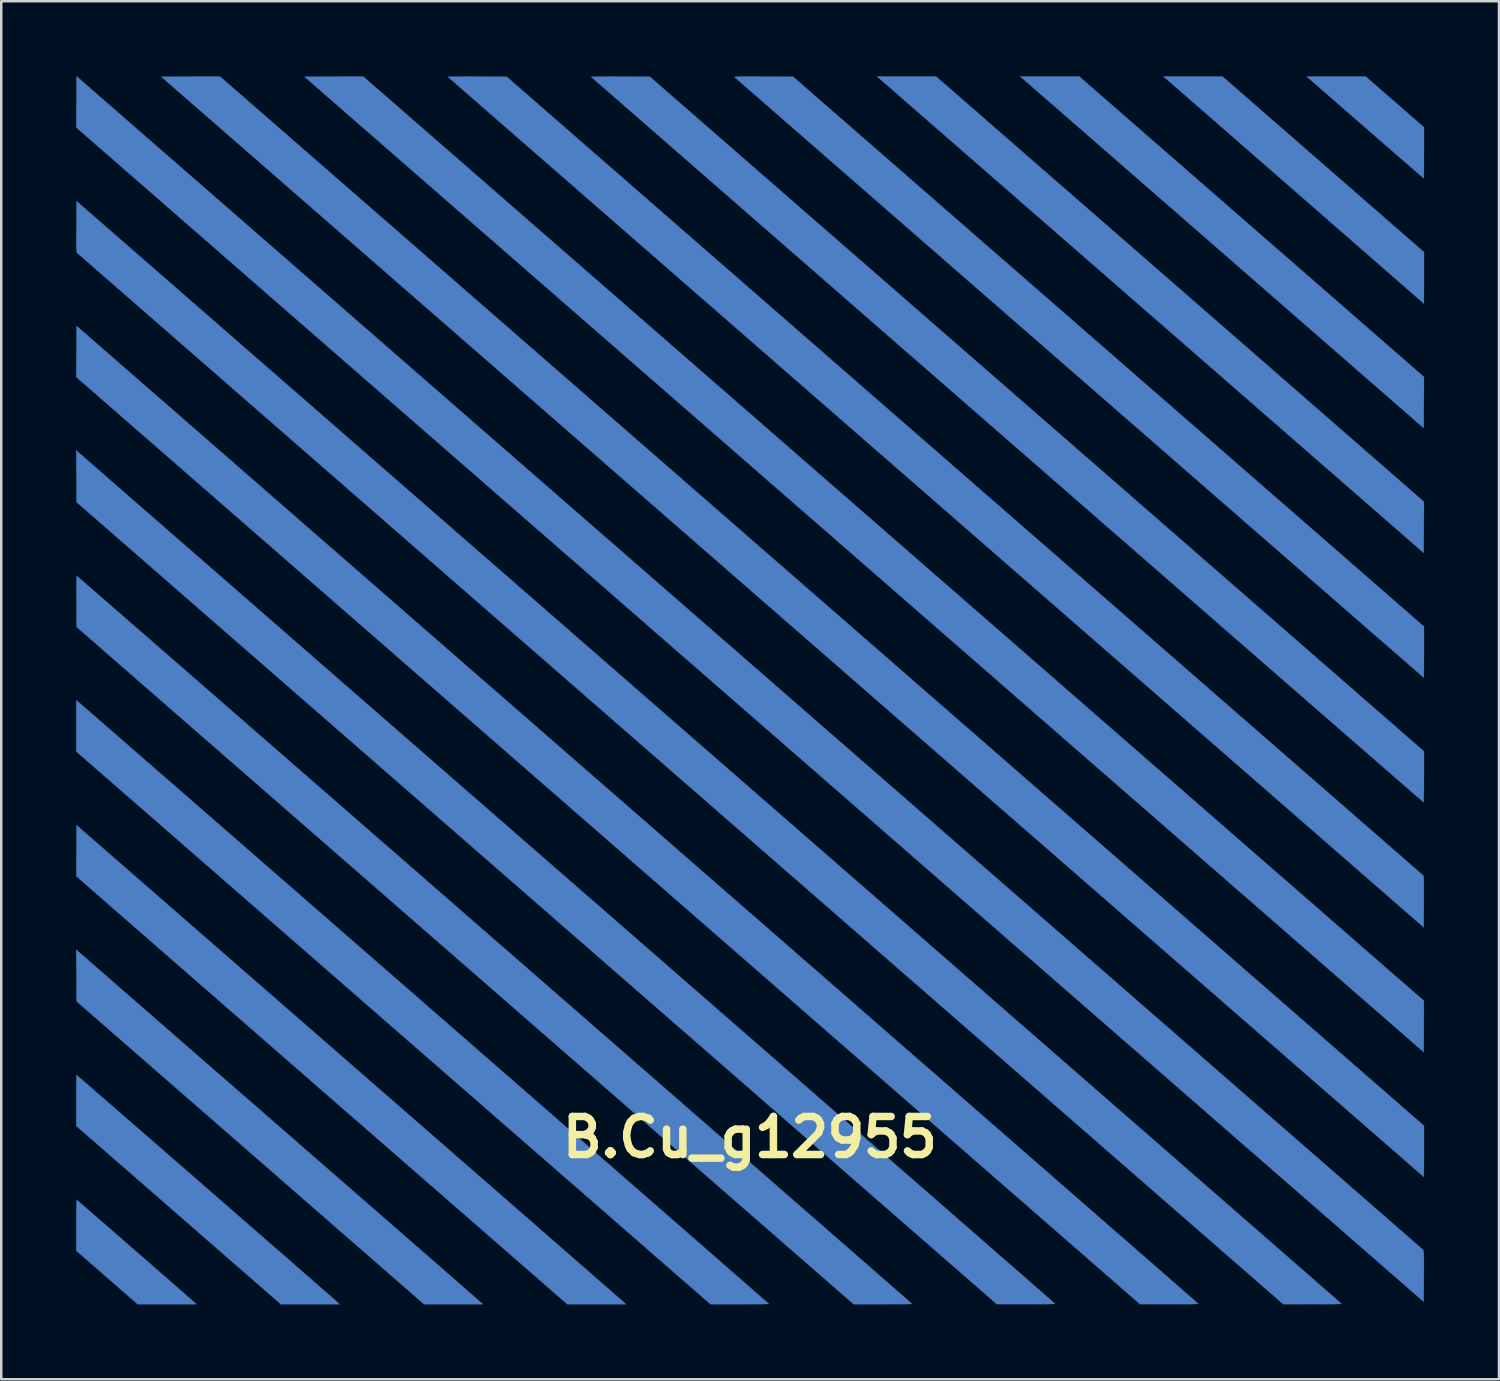
<source format=kicad_pcb>
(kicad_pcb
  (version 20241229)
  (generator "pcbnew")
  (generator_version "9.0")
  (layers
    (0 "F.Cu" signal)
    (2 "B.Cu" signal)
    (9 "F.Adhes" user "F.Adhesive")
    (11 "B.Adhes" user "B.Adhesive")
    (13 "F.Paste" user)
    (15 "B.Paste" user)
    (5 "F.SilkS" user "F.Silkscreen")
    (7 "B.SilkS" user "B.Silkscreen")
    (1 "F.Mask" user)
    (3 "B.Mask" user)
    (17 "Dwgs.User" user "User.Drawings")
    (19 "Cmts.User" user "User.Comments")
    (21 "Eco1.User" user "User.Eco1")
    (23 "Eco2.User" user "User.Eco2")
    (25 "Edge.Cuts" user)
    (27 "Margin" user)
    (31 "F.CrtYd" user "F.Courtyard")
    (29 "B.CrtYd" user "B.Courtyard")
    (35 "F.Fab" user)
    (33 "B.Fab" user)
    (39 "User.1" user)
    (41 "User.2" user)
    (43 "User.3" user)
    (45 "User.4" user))
  (footprint "B.Cu_g12955"
    (layer "F.Cu")
    (at 26.993 42.515)
    (property "Reference" "B.Cu_g12955" (at 0 0 0) (layer "F.SilkS") (effects (font (size 1.524 1.524) (thickness 0.3))))
    (attr through_hole)
    (fp_poly (pts (xy -26.964 2.51) (xy -26.945 2.525) (xy -26.897 2.567) (xy -26.821 2.632) (xy -26.719 2.72) (xy -26.594 2.828) (xy -26.448 2.955) (xy -26.284 3.098) (xy -26.102 3.256) (xy -25.906 3.426) (xy -25.697 3.608) (xy -25.478 3.798) (xy -25.251 3.996) (xy -25.018 4.198) (xy -24.781 4.405) (xy -24.543 4.612) (xy -24.305 4.82) (xy -24.07 5.025) (xy -23.839 5.226) (xy -23.616 5.42) (xy -23.401 5.607) (xy -23.198 5.784) (xy -23.009 5.95) (xy -22.835 6.102) (xy -22.679 6.238) (xy -22.543 6.357) (xy -22.429 6.457) (xy -22.339 6.536) (xy -22.276 6.592) (xy -22.241 6.623) (xy -22.236 6.627) (xy -22.173 6.689) (xy -24.528 6.689) (xy -25.758 5.617) (xy -26.988 4.546) (xy -26.988 3.52) (xy -26.987 3.267) (xy -26.986 3.054) (xy -26.985 2.879) (xy -26.982 2.74) (xy -26.979 2.636) (xy -26.975 2.564) (xy -26.971 2.523) (xy -26.965 2.509) (xy -26.964 2.51)) (stroke (width 0.01) (type solid)) (fill yes) (layer "B.Cu"))
    (fp_poly (pts (xy 27.009 -40.465) (xy 27.009 -39.441) (xy 27.008 -39.238) (xy 27.008 -39.047) (xy 27.007 -38.875) (xy 27.006 -38.724) (xy 27.005 -38.599) (xy 27.004 -38.503) (xy 27.002 -38.441) (xy 27 -38.418) (xy 27 -38.417) (xy 26.983 -38.431) (xy 26.937 -38.471) (xy 26.862 -38.536) (xy 26.76 -38.624) (xy 26.633 -38.733) (xy 26.484 -38.863) (xy 26.313 -39.011) (xy 26.122 -39.176) (xy 25.914 -39.357) (xy 25.69 -39.552) (xy 25.452 -39.759) (xy 25.202 -39.977) (xy 24.94 -40.205) (xy 24.67 -40.44) (xy 24.656 -40.452) (xy 24.385 -40.688) (xy 24.124 -40.916) (xy 23.872 -41.135) (xy 23.634 -41.343) (xy 23.409 -41.539) (xy 23.2 -41.721) (xy 23.008 -41.888) (xy 22.836 -42.038) (xy 22.686 -42.169) (xy 22.558 -42.28) (xy 22.455 -42.37) (xy 22.378 -42.437) (xy 22.33 -42.479) (xy 22.312 -42.495) (xy 22.311 -42.495) (xy 22.33 -42.496) (xy 22.388 -42.498) (xy 22.48 -42.499) (xy 22.603 -42.5) (xy 22.754 -42.501) (xy 22.928 -42.502) (xy 23.122 -42.502) (xy 23.333 -42.503) (xy 23.487 -42.503) (xy 24.671 -42.503) (xy 27.009 -40.465)) (stroke (width 0.01) (type solid)) (fill yes) (layer "B.Cu"))
    (fp_poly (pts (xy 22.971 -38.984) (xy 27.009 -35.465) (xy 27.009 -34.433) (xy 27.009 -34.228) (xy 27.008 -34.038) (xy 27.008 -33.864) (xy 27.007 -33.713) (xy 27.006 -33.587) (xy 27.006 -33.49) (xy 27.005 -33.428) (xy 27.003 -33.403) (xy 27.003 -33.403) (xy 26.987 -33.417) (xy 26.94 -33.457) (xy 26.864 -33.524) (xy 26.759 -33.615) (xy 26.627 -33.73) (xy 26.47 -33.867) (xy 26.287 -34.027) (xy 26.081 -34.206) (xy 25.852 -34.405) (xy 25.603 -34.623) (xy 25.333 -34.858) (xy 25.044 -35.11) (xy 24.738 -35.377) (xy 24.416 -35.658) (xy 24.078 -35.953) (xy 23.726 -36.26) (xy 23.361 -36.578) (xy 22.985 -36.907) (xy 22.598 -37.244) (xy 22.202 -37.59) (xy 21.844 -37.902) (xy 21.44 -38.254) (xy 21.044 -38.6) (xy 20.657 -38.938) (xy 20.28 -39.266) (xy 19.915 -39.585) (xy 19.562 -39.892) (xy 19.224 -40.188) (xy 18.9 -40.47) (xy 18.593 -40.737) (xy 18.304 -40.99) (xy 18.033 -41.226) (xy 17.783 -41.444) (xy 17.553 -41.644) (xy 17.346 -41.824) (xy 17.163 -41.984) (xy 17.004 -42.122) (xy 16.872 -42.238) (xy 16.766 -42.329) (xy 16.69 -42.396) (xy 16.642 -42.437) (xy 16.626 -42.451) (xy 16.563 -42.502) (xy 17.748 -42.502) (xy 18.934 -42.502) (xy 22.971 -38.984)) (stroke (width 0.01) (type solid)) (fill yes) (layer "B.Cu"))
    (fp_poly (pts (xy 20.024 -36.552) (xy 20.489 -36.146) (xy 20.947 -35.747) (xy 21.396 -35.355) (xy 21.836 -34.973) (xy 22.264 -34.599) (xy 22.68 -34.236) (xy 23.084 -33.885) (xy 23.473 -33.546) (xy 23.847 -33.22) (xy 24.205 -32.908) (xy 24.545 -32.611) (xy 24.868 -32.33) (xy 25.171 -32.066) (xy 25.454 -31.819) (xy 25.715 -31.592) (xy 25.954 -31.384) (xy 26.169 -31.196) (xy 26.36 -31.03) (xy 26.525 -30.886) (xy 26.663 -30.765) (xy 26.774 -30.669) (xy 26.856 -30.597) (xy 26.908 -30.552) (xy 26.929 -30.533) (xy 26.929 -30.533) (xy 27.009 -30.465) (xy 26.998 -28.412) (xy 18.997 -35.385) (xy 18.493 -35.825) (xy 17.996 -36.258) (xy 17.508 -36.683) (xy 17.03 -37.1) (xy 16.562 -37.507) (xy 16.106 -37.905) (xy 15.662 -38.291) (xy 15.232 -38.666) (xy 14.817 -39.028) (xy 14.417 -39.377) (xy 14.033 -39.711) (xy 13.667 -40.03) (xy 13.319 -40.333) (xy 12.991 -40.619) (xy 12.683 -40.887) (xy 12.396 -41.137) (xy 12.132 -41.368) (xy 11.89 -41.578) (xy 11.673 -41.767) (xy 11.481 -41.934) (xy 11.315 -42.079) (xy 11.176 -42.2) (xy 11.066 -42.296) (xy 10.984 -42.367) (xy 10.932 -42.412) (xy 10.911 -42.43) (xy 10.827 -42.502) (xy 12.012 -42.502) (xy 13.197 -42.502) (xy 20.024 -36.552)) (stroke (width 0.01) (type solid)) (fill yes) (layer "B.Cu"))
    (fp_poly (pts (xy -26.96 -2.484) (xy -26.913 -2.444) (xy -26.837 -2.378) (xy -26.733 -2.288) (xy -26.604 -2.176) (xy -26.449 -2.042) (xy -26.271 -1.888) (xy -26.072 -1.714) (xy -25.852 -1.523) (xy -25.613 -1.316) (xy -25.356 -1.093) (xy -25.084 -0.856) (xy -24.797 -0.606) (xy -24.497 -0.345) (xy -24.185 -0.074) (xy -23.863 0.207) (xy -23.531 0.495) (xy -23.193 0.79) (xy -22.848 1.089) (xy -22.499 1.393) (xy -22.147 1.7) (xy -21.794 2.008) (xy -21.44 2.316) (xy -21.087 2.624) (xy -20.737 2.928) (xy -20.391 3.23) (xy -20.051 3.526) (xy -19.717 3.817) (xy -19.392 4.1) (xy -19.077 4.375) (xy -18.773 4.64) (xy -18.482 4.893) (xy -18.206 5.135) (xy -17.945 5.362) (xy -17.701 5.575) (xy -17.475 5.772) (xy -17.27 5.952) (xy -17.085 6.113) (xy -16.924 6.254) (xy -16.787 6.373) (xy -16.676 6.471) (xy -16.592 6.545) (xy -16.536 6.594) (xy -16.511 6.617) (xy -16.51 6.617) (xy -16.437 6.689) (xy -18.791 6.689) (xy -22.889 3.117) (xy -26.988 -0.454) (xy -26.988 -1.476) (xy -26.987 -1.68) (xy -26.987 -1.869) (xy -26.986 -2.042) (xy -26.984 -2.193) (xy -26.983 -2.318) (xy -26.981 -2.413) (xy -26.979 -2.474) (xy -26.977 -2.498) (xy -26.977 -2.498) (xy -26.96 -2.484)) (stroke (width 0.01) (type solid)) (fill yes) (layer "B.Cu"))
    (fp_poly (pts (xy -26.919 -7.458) (xy -26.899 -7.44) (xy -26.848 -7.395) (xy -26.766 -7.324) (xy -26.656 -7.228) (xy -26.518 -7.108) (xy -26.353 -6.963) (xy -26.161 -6.796) (xy -25.945 -6.607) (xy -25.704 -6.397) (xy -25.44 -6.167) (xy -25.154 -5.918) (xy -24.846 -5.65) (xy -24.518 -5.364) (xy -24.171 -5.061) (xy -23.805 -4.742) (xy -23.422 -4.409) (xy -23.022 -4.06) (xy -22.607 -3.699) (xy -22.178 -3.324) (xy -21.735 -2.938) (xy -21.279 -2.541) (xy -20.811 -2.134) (xy -20.333 -1.718) (xy -19.845 -1.293) (xy -19.349 -0.86) (xy -18.86 -0.434) (xy -18.355 0.005) (xy -17.859 0.438) (xy -17.371 0.863) (xy -16.893 1.279) (xy -16.425 1.686) (xy -15.97 2.083) (xy -15.526 2.47) (xy -15.097 2.844) (xy -14.682 3.206) (xy -14.282 3.554) (xy -13.899 3.888) (xy -13.533 4.207) (xy -13.185 4.51) (xy -12.857 4.796) (xy -12.55 5.065) (xy -12.263 5.314) (xy -11.999 5.545) (xy -11.758 5.755) (xy -11.542 5.944) (xy -11.35 6.111) (xy -11.185 6.256) (xy -11.047 6.377) (xy -10.937 6.473) (xy -10.856 6.544) (xy -10.805 6.589) (xy -10.785 6.607) (xy -10.7 6.689) (xy -13.053 6.689) (xy -20.015 0.621) (xy -26.977 -5.446) (xy -26.982 -6.484) (xy -26.988 -7.523) (xy -26.919 -7.458)) (stroke (width 0.01) (type solid)) (fill yes) (layer "B.Cu"))
    (fp_poly (pts (xy 2.889 -21.483) (xy 27.009 -0.462) (xy 27.009 0.563) (xy 27.009 0.766) (xy 27.008 0.957) (xy 27.007 1.129) (xy 27.007 1.281) (xy 27.006 1.406) (xy 27.004 1.502) (xy 27.003 1.563) (xy 27.002 1.587) (xy 27.002 1.587) (xy 26.986 1.574) (xy 26.938 1.532) (xy 26.86 1.464) (xy 26.751 1.37) (xy 26.613 1.25) (xy 26.445 1.104) (xy 26.249 0.933) (xy 26.024 0.737) (xy 25.772 0.518) (xy 25.493 0.275) (xy 25.187 0.008) (xy 24.855 -0.28) (xy 24.498 -0.592) (xy 24.116 -0.924) (xy 23.71 -1.279) (xy 23.279 -1.653) (xy 22.825 -2.049) (xy 22.349 -2.464) (xy 21.85 -2.898) (xy 21.33 -3.352) (xy 20.788 -3.824) (xy 20.226 -4.314) (xy 19.643 -4.821) (xy 19.041 -5.345) (xy 18.42 -5.886) (xy 17.781 -6.444) (xy 17.123 -7.016) (xy 16.449 -7.604) (xy 15.757 -8.207) (xy 15.049 -8.824) (xy 14.325 -9.455) (xy 13.586 -10.099) (xy 12.832 -10.756) (xy 12.064 -11.425) (xy 11.282 -12.107) (xy 10.487 -12.799) (xy 9.679 -13.503) (xy 8.86 -14.217) (xy 8.029 -14.941) (xy 7.187 -15.675) (xy 6.334 -16.418) (xy 5.472 -17.169) (xy 4.6 -17.929) (xy 3.72 -18.697) (xy 2.831 -19.471) (xy 1.934 -20.253) (xy 1.705 -20.452) (xy -23.585 -42.492) (xy -22.408 -42.498) (xy -21.231 -42.503) (xy 2.889 -21.483)) (stroke (width 0.01) (type solid)) (fill yes) (layer "B.Cu"))
    (fp_poly (pts (xy -16.034 -2.972) (xy -15.444 -2.457) (xy -14.861 -1.95) (xy -14.287 -1.45) (xy -13.723 -0.958) (xy -13.168 -0.474) (xy -12.625 -0.001) (xy -12.093 0.462) (xy -11.575 0.915) (xy -11.069 1.355) (xy -10.578 1.783) (xy -10.102 2.198) (xy -9.643 2.599) (xy -9.199 2.985) (xy -8.774 3.356) (xy -8.367 3.711) (xy -7.979 4.05) (xy -7.611 4.37) (xy -7.264 4.673) (xy -6.939 4.956) (xy -6.637 5.22) (xy -6.358 5.464) (xy -6.103 5.687) (xy -5.872 5.887) (xy -5.668 6.066) (xy -5.491 6.221) (xy -5.341 6.352) (xy -5.219 6.458) (xy -5.126 6.54) (xy -5.063 6.595) (xy -5.032 6.623) (xy -5.027 6.626) (xy -4.964 6.689) (xy -7.315 6.689) (xy -17.083 -1.822) (xy -17.64 -2.308) (xy -18.19 -2.787) (xy -18.731 -3.259) (xy -19.263 -3.722) (xy -19.784 -4.176) (xy -20.294 -4.621) (xy -20.792 -5.055) (xy -21.277 -5.478) (xy -21.748 -5.888) (xy -22.205 -6.286) (xy -22.645 -6.671) (xy -23.07 -7.041) (xy -23.477 -7.396) (xy -23.866 -7.735) (xy -24.235 -8.057) (xy -24.585 -8.362) (xy -24.914 -8.649) (xy -25.221 -8.917) (xy -25.506 -9.165) (xy -25.767 -9.393) (xy -26.004 -9.6) (xy -26.215 -9.785) (xy -26.401 -9.947) (xy -26.56 -10.086) (xy -26.691 -10.2) (xy -26.793 -10.29) (xy -26.866 -10.353) (xy -26.908 -10.391) (xy -26.919 -10.401) (xy -26.988 -10.468) (xy -26.982 -11.488) (xy -26.977 -12.508) (xy -16.034 -2.972)) (stroke (width 0.01) (type solid)) (fill yes) (layer "B.Cu"))
    (fp_poly (pts (xy 6.276 -42.502) (xy 7.461 -42.501) (xy 17.177 -34.034) (xy 17.733 -33.55) (xy 18.281 -33.072) (xy 18.82 -32.602) (xy 19.35 -32.14) (xy 19.87 -31.687) (xy 20.378 -31.244) (xy 20.874 -30.811) (xy 21.357 -30.39) (xy 21.827 -29.981) (xy 22.281 -29.584) (xy 22.72 -29.202) (xy 23.142 -28.834) (xy 23.547 -28.48) (xy 23.934 -28.143) (xy 24.302 -27.823) (xy 24.649 -27.519) (xy 24.976 -27.234) (xy 25.281 -26.968) (xy 25.563 -26.722) (xy 25.822 -26.496) (xy 26.056 -26.292) (xy 26.265 -26.109) (xy 26.449 -25.949) (xy 26.605 -25.813) (xy 26.733 -25.7) (xy 26.832 -25.613) (xy 26.902 -25.552) (xy 26.942 -25.517) (xy 26.951 -25.509) (xy 27.009 -25.452) (xy 27.004 -24.431) (xy 26.998 -23.411) (xy 16.14 -32.875) (xy 15.551 -33.387) (xy 14.971 -33.893) (xy 14.399 -34.392) (xy 13.836 -34.882) (xy 13.284 -35.364) (xy 12.742 -35.836) (xy 12.212 -36.297) (xy 11.695 -36.748) (xy 11.191 -37.187) (xy 10.702 -37.614) (xy 10.228 -38.027) (xy 9.769 -38.426) (xy 9.328 -38.811) (xy 8.904 -39.181) (xy 8.498 -39.534) (xy 8.112 -39.871) (xy 7.745 -40.19) (xy 7.4 -40.491) (xy 7.076 -40.773) (xy 6.775 -41.035) (xy 6.498 -41.277) (xy 6.244 -41.498) (xy 6.016 -41.697) (xy 5.814 -41.873) (xy 5.638 -42.027) (xy 5.49 -42.156) (xy 5.37 -42.26) (xy 5.279 -42.339) (xy 5.218 -42.392) (xy 5.189 -42.418) (xy 5.186 -42.42) (xy 5.091 -42.502) (xy 6.276 -42.502)) (stroke (width 0.01) (type solid)) (fill yes) (layer "B.Cu"))
    (fp_poly (pts (xy -26.924 -17.46) (xy -26.902 -17.441) (xy -26.848 -17.395) (xy -26.765 -17.323) (xy -26.653 -17.225) (xy -26.512 -17.103) (xy -26.344 -16.957) (xy -26.15 -16.789) (xy -25.93 -16.597) (xy -25.686 -16.385) (xy -25.417 -16.151) (xy -25.126 -15.898) (xy -24.813 -15.625) (xy -24.479 -15.334) (xy -24.125 -15.026) (xy -23.751 -14.7) (xy -23.359 -14.359) (xy -22.949 -14.002) (xy -22.522 -13.63) (xy -22.08 -13.245) (xy -21.623 -12.846) (xy -21.151 -12.436) (xy -20.667 -12.014) (xy -20.17 -11.581) (xy -19.662 -11.138) (xy -19.144 -10.686) (xy -18.616 -10.226) (xy -18.079 -9.758) (xy -17.534 -9.284) (xy -16.982 -8.803) (xy -16.425 -8.317) (xy -15.862 -7.826) (xy -15.294 -7.332) (xy -14.724 -6.834) (xy -14.151 -6.335) (xy -13.576 -5.834) (xy -13 -5.332) (xy -12.425 -4.83) (xy -11.85 -4.33) (xy -11.278 -3.831) (xy -10.708 -3.334) (xy -10.142 -2.84) (xy -9.58 -2.351) (xy -9.024 -1.866) (xy -8.474 -1.386) (xy -7.932 -0.913) (xy -7.397 -0.447) (xy -6.872 0.011) (xy -6.356 0.461) (xy -5.851 0.901) (xy -5.358 1.331) (xy -4.877 1.75) (xy -4.41 2.158) (xy -3.957 2.553) (xy -3.519 2.935) (xy -3.097 3.303) (xy -2.692 3.657) (xy -2.305 3.994) (xy -1.937 4.316) (xy -1.588 4.62) (xy -1.26 4.907) (xy -0.953 5.174) (xy -0.668 5.423) (xy -0.406 5.651) (xy -0.169 5.859) (xy 0.044 6.045) (xy 0.231 6.208) (xy 0.391 6.348) (xy 0.523 6.464) (xy 0.627 6.555) (xy 0.702 6.621) (xy 0.747 6.66) (xy 0.76 6.673) (xy 0.74 6.676) (xy 0.681 6.679) (xy 0.588 6.681) (xy 0.464 6.683) (xy 0.312 6.685) (xy 0.137 6.687) (xy -0.057 6.688) (xy -0.267 6.689) (xy -0.408 6.689) (xy -1.578 6.689) (xy -14.283 -4.383) (xy -26.988 -15.456) (xy -26.988 -17.51) (xy -26.924 -17.46)) (stroke (width 0.01) (type solid)) (fill yes) (layer "B.Cu"))
    (fp_poly (pts (xy 0.074 -42.499) (xy 0.293 -42.499) (xy 0.544 -42.498) (xy 1.732 -42.492) (xy 27.009 -20.463) (xy 27.009 -19.439) (xy 27.009 -19.235) (xy 27.008 -19.045) (xy 27.007 -18.873) (xy 27.006 -18.722) (xy 27.005 -18.596) (xy 27.004 -18.501) (xy 27.003 -18.439) (xy 27.001 -18.415) (xy 27.001 -18.415) (xy 26.985 -18.429) (xy 26.938 -18.47) (xy 26.86 -18.537) (xy 26.752 -18.631) (xy 26.616 -18.749) (xy 26.451 -18.893) (xy 26.258 -19.06) (xy 26.039 -19.251) (xy 25.794 -19.464) (xy 25.523 -19.7) (xy 25.228 -19.957) (xy 24.908 -20.235) (xy 24.566 -20.533) (xy 24.201 -20.851) (xy 23.814 -21.188) (xy 23.407 -21.543) (xy 22.979 -21.915) (xy 22.531 -22.305) (xy 22.065 -22.711) (xy 21.581 -23.133) (xy 21.079 -23.57) (xy 20.561 -24.022) (xy 20.026 -24.487) (xy 19.477 -24.966) (xy 18.913 -25.457) (xy 18.335 -25.96) (xy 17.744 -26.475) (xy 17.141 -27) (xy 16.527 -27.536) (xy 15.902 -28.081) (xy 15.266 -28.634) (xy 14.621 -29.196) (xy 13.968 -29.765) (xy 13.307 -30.342) (xy 13.206 -30.43) (xy 12.543 -31.007) (xy 11.888 -31.578) (xy 11.242 -32.141) (xy 10.605 -32.696) (xy 9.977 -33.243) (xy 9.361 -33.78) (xy 8.755 -34.308) (xy 8.162 -34.824) (xy 7.582 -35.33) (xy 7.015 -35.824) (xy 6.463 -36.305) (xy 5.926 -36.773) (xy 5.404 -37.228) (xy 4.899 -37.668) (xy 4.412 -38.093) (xy 3.942 -38.503) (xy 3.491 -38.896) (xy 3.059 -39.272) (xy 2.647 -39.631) (xy 2.257 -39.971) (xy 1.888 -40.293) (xy 1.541 -40.595) (xy 1.217 -40.877) (xy 0.917 -41.139) (xy 0.642 -41.379) (xy 0.392 -41.597) (xy 0.168 -41.792) (xy -0.03 -41.964) (xy -0.2 -42.113) (xy -0.342 -42.236) (xy -0.455 -42.335) (xy -0.538 -42.408) (xy -0.591 -42.454) (xy -0.613 -42.473) (xy -0.613 -42.474) (xy -0.615 -42.48) (xy -0.605 -42.485) (xy -0.578 -42.49) (xy -0.533 -42.493) (xy -0.467 -42.496) (xy -0.376 -42.498) (xy -0.258 -42.499) (xy -0.109 -42.499) (xy 0.074 -42.499)) (stroke (width 0.01) (type solid)) (fill yes) (layer "B.Cu"))
    (fp_poly (pts (xy -26.919 -27.46) (xy -26.9 -27.444) (xy -26.85 -27.4) (xy -26.77 -27.33) (xy -26.659 -27.233) (xy -26.519 -27.111) (xy -26.35 -26.963) (xy -26.152 -26.791) (xy -25.928 -26.595) (xy -25.676 -26.375) (xy -25.397 -26.132) (xy -25.093 -25.867) (xy -24.764 -25.58) (xy -24.41 -25.272) (xy -24.032 -24.942) (xy -23.631 -24.593) (xy -23.208 -24.223) (xy -22.762 -23.835) (xy -22.294 -23.427) (xy -21.806 -23.002) (xy -21.297 -22.558) (xy -20.769 -22.098) (xy -20.222 -21.621) (xy -19.656 -21.128) (xy -19.073 -20.62) (xy -18.472 -20.096) (xy -17.855 -19.558) (xy -17.222 -19.006) (xy -16.574 -18.441) (xy -15.91 -17.863) (xy -15.233 -17.273) (xy -14.542 -16.671) (xy -13.838 -16.057) (xy -13.122 -15.433) (xy -12.394 -14.799) (xy -11.656 -14.155) (xy -10.906 -13.502) (xy -10.147 -12.841) (xy -9.379 -12.171) (xy -8.602 -11.494) (xy -7.817 -10.81) (xy -7.313 -10.371) (xy -6.524 -9.683) (xy -5.742 -9.002) (xy -4.969 -8.328) (xy -4.204 -7.662) (xy -3.449 -7.004) (xy -2.705 -6.355) (xy -1.971 -5.715) (xy -1.248 -5.086) (xy -0.537 -4.466) (xy 0.161 -3.858) (xy 0.846 -3.261) (xy 1.517 -2.676) (xy 2.174 -2.103) (xy 2.815 -1.544) (xy 3.441 -0.998) (xy 4.051 -0.466) (xy 4.644 0.051) (xy 5.22 0.552) (xy 5.777 1.038) (xy 6.316 1.508) (xy 6.835 1.961) (xy 7.335 2.396) (xy 7.814 2.814) (xy 8.271 3.213) (xy 8.707 3.594) (xy 9.121 3.955) (xy 9.512 4.296) (xy 9.879 4.616) (xy 10.222 4.915) (xy 10.54 5.193) (xy 10.833 5.448) (xy 11.1 5.681) (xy 11.34 5.891) (xy 11.553 6.077) (xy 11.738 6.239) (xy 11.894 6.376) (xy 12.022 6.487) (xy 12.12 6.573) (xy 12.187 6.632) (xy 12.224 6.664) (xy 12.231 6.671) (xy 12.212 6.674) (xy 12.154 6.677) (xy 12.061 6.68) (xy 11.938 6.683) (xy 11.787 6.685) (xy 11.613 6.686) (xy 11.419 6.688) (xy 11.209 6.688) (xy 11.067 6.688) (xy 9.895 6.688) (xy -8.541 -9.379) (xy -26.977 -25.447) (xy -26.982 -26.486) (xy -26.988 -27.525) (xy -26.919 -27.46)) (stroke (width 0.01) (type solid)) (fill yes) (layer "B.Cu"))
    (fp_poly (pts (xy -5.349 -42.498) (xy -5.192 -42.498) (xy -4.006 -42.492) (xy 11.501 -28.978) (xy 27.009 -15.463) (xy 27.009 -14.441) (xy 27.008 -14.238) (xy 27.007 -14.048) (xy 27.006 -13.876) (xy 27.004 -13.725) (xy 27.002 -13.601) (xy 26.999 -13.506) (xy 26.996 -13.445) (xy 26.993 -13.421) (xy 26.993 -13.421) (xy 26.976 -13.435) (xy 26.928 -13.476) (xy 26.85 -13.544) (xy 26.742 -13.638) (xy 26.604 -13.757) (xy 26.438 -13.902) (xy 26.244 -14.071) (xy 26.023 -14.263) (xy 25.775 -14.479) (xy 25.501 -14.717) (xy 25.201 -14.977) (xy 24.878 -15.259) (xy 24.53 -15.562) (xy 24.159 -15.885) (xy 23.765 -16.228) (xy 23.349 -16.59) (xy 22.912 -16.971) (xy 22.454 -17.369) (xy 21.977 -17.785) (xy 21.479 -18.218) (xy 20.964 -18.667) (xy 20.43 -19.132) (xy 19.879 -19.613) (xy 19.311 -20.107) (xy 18.727 -20.616) (xy 18.128 -21.138) (xy 17.514 -21.673) (xy 16.886 -22.22) (xy 16.245 -22.779) (xy 15.591 -23.349) (xy 14.925 -23.929) (xy 14.247 -24.519) (xy 13.559 -25.119) (xy 12.861 -25.728) (xy 12.153 -26.345) (xy 11.437 -26.969) (xy 10.712 -27.601) (xy 10.315 -27.947) (xy 9.586 -28.582) (xy 8.865 -29.211) (xy 8.153 -29.832) (xy 7.449 -30.445) (xy 6.756 -31.05) (xy 6.072 -31.645) (xy 5.4 -32.232) (xy 4.739 -32.808) (xy 4.091 -33.373) (xy 3.456 -33.927) (xy 2.834 -34.468) (xy 2.227 -34.998) (xy 1.634 -35.514) (xy 1.058 -36.017) (xy 0.497 -36.505) (xy -0.046 -36.979) (xy -0.571 -37.437) (xy -1.079 -37.879) (xy -1.567 -38.305) (xy -2.036 -38.714) (xy -2.484 -39.105) (xy -2.912 -39.477) (xy -3.317 -39.831) (xy -3.701 -40.166) (xy -4.062 -40.48) (xy -4.399 -40.774) (xy -4.711 -41.046) (xy -4.999 -41.297) (xy -5.261 -41.526) (xy -5.497 -41.732) (xy -5.706 -41.914) (xy -5.888 -42.072) (xy -6.041 -42.206) (xy -6.165 -42.314) (xy -6.26 -42.397) (xy -6.324 -42.453) (xy -6.358 -42.483) (xy -6.363 -42.487) (xy -6.345 -42.49) (xy -6.289 -42.492) (xy -6.198 -42.494) (xy -6.076 -42.496) (xy -5.926 -42.497) (xy -5.753 -42.498) (xy -5.559 -42.498) (xy -5.349 -42.498)) (stroke (width 0.01) (type solid)) (fill yes) (layer "B.Cu"))
    (fp_poly (pts (xy 5.752 -23.989) (xy 6.576 -23.272) (xy 7.391 -22.561) (xy 8.199 -21.857) (xy 8.997 -21.162) (xy 9.786 -20.474) (xy 10.565 -19.795) (xy 11.334 -19.126) (xy 12.091 -18.466) (xy 12.836 -17.816) (xy 13.569 -17.177) (xy 14.29 -16.55) (xy 14.996 -15.934) (xy 15.689 -15.33) (xy 16.367 -14.74) (xy 17.029 -14.162) (xy 17.676 -13.599) (xy 18.306 -13.05) (xy 18.919 -12.515) (xy 19.515 -11.996) (xy 20.092 -11.493) (xy 20.651 -11.006) (xy 21.19 -10.537) (xy 21.709 -10.084) (xy 22.208 -9.65) (xy 22.686 -9.234) (xy 23.141 -8.836) (xy 23.575 -8.459) (xy 23.985 -8.101) (xy 24.372 -7.764) (xy 24.735 -7.447) (xy 25.074 -7.153) (xy 25.387 -6.88) (xy 25.674 -6.629) (xy 25.935 -6.402) (xy 26.169 -6.198) (xy 26.375 -6.019) (xy 26.553 -5.863) (xy 26.703 -5.733) (xy 26.823 -5.629) (xy 26.913 -5.55) (xy 26.973 -5.498) (xy 27.001 -5.474) (xy 27.004 -5.471) (xy 27.005 -5.45) (xy 27.005 -5.391) (xy 27.006 -5.297) (xy 27.006 -5.173) (xy 27.006 -5.024) (xy 27.005 -4.852) (xy 27.005 -4.662) (xy 27.004 -4.459) (xy 27.004 -4.439) (xy 26.998 -3.41) (xy 25.949 -4.325) (xy 25.892 -4.374) (xy 25.804 -4.451) (xy 25.685 -4.554) (xy 25.536 -4.684) (xy 25.358 -4.839) (xy 25.151 -5.02) (xy 24.916 -5.225) (xy 24.653 -5.454) (xy 24.363 -5.706) (xy 24.047 -5.982) (xy 23.706 -6.279) (xy 23.339 -6.599) (xy 22.948 -6.94) (xy 22.533 -7.302) (xy 22.094 -7.683) (xy 21.634 -8.085) (xy 21.151 -8.506) (xy 20.647 -8.945) (xy 20.122 -9.402) (xy 19.577 -9.877) (xy 19.013 -10.369) (xy 18.43 -10.877) (xy 17.828 -11.401) (xy 17.209 -11.941) (xy 16.573 -12.495) (xy 15.921 -13.064) (xy 15.253 -13.646) (xy 14.57 -14.241) (xy 13.872 -14.849) (xy 13.16 -15.469) (xy 12.436 -16.101) (xy 11.698 -16.743) (xy 10.949 -17.396) (xy 10.188 -18.059) (xy 9.417 -18.732) (xy 8.635 -19.413) (xy 7.844 -20.102) (xy 7.044 -20.799) (xy 6.236 -21.504) (xy 5.42 -22.215) (xy 4.597 -22.932) (xy 3.768 -23.655) (xy 3.526 -23.865) (xy -17.847 -42.492) (xy -16.67 -42.498) (xy -15.493 -42.503) (xy 5.752 -23.989)) (stroke (width 0.01) (type solid)) (fill yes) (layer "B.Cu"))
    (fp_poly (pts (xy -26.953 -22.482) (xy -26.905 -22.441) (xy -26.827 -22.373) (xy -26.719 -22.28) (xy -26.582 -22.161) (xy -26.418 -22.018) (xy -26.227 -21.852) (xy -26.009 -21.663) (xy -25.766 -21.451) (xy -25.498 -21.218) (xy -25.206 -20.964) (xy -24.892 -20.691) (xy -24.555 -20.397) (xy -24.196 -20.085) (xy -23.817 -19.755) (xy -23.418 -19.408) (xy -23.001 -19.044) (xy -22.565 -18.665) (xy -22.111 -18.27) (xy -21.641 -17.86) (xy -21.155 -17.437) (xy -20.655 -17.001) (xy -20.14 -16.552) (xy -19.611 -16.092) (xy -19.07 -15.621) (xy -18.518 -15.139) (xy -17.954 -14.648) (xy -17.38 -14.148) (xy -16.797 -13.64) (xy -16.205 -13.125) (xy -15.606 -12.602) (xy -15 -12.074) (xy -14.387 -11.54) (xy -13.769 -11.002) (xy -13.147 -10.459) (xy -12.521 -9.914) (xy -11.892 -9.365) (xy -11.261 -8.815) (xy -10.628 -8.264) (xy -9.995 -7.713) (xy -9.363 -7.161) (xy -8.731 -6.611) (xy -8.102 -6.062) (xy -7.475 -5.516) (xy -6.851 -4.972) (xy -6.232 -4.433) (xy -5.619 -3.898) (xy -5.011 -3.368) (xy -4.41 -2.844) (xy -3.816 -2.326) (xy -3.231 -1.816) (xy -2.655 -1.314) (xy -2.088 -0.82) (xy -1.533 -0.336) (xy -0.989 0.138) (xy -0.458 0.602) (xy 0.06 1.054) (xy 0.565 1.494) (xy 1.054 1.92) (xy 1.528 2.334) (xy 1.985 2.733) (xy 2.425 3.117) (xy 2.848 3.485) (xy 3.251 3.837) (xy 3.635 4.172) (xy 3.998 4.489) (xy 4.34 4.787) (xy 4.66 5.066) (xy 4.957 5.326) (xy 5.231 5.565) (xy 5.48 5.782) (xy 5.704 5.978) (xy 5.902 6.151) (xy 6.072 6.3) (xy 6.216 6.425) (xy 6.33 6.526) (xy 6.416 6.601) (xy 6.471 6.65) (xy 6.496 6.672) (xy 6.497 6.673) (xy 6.477 6.676) (xy 6.418 6.679) (xy 6.324 6.681) (xy 6.2 6.683) (xy 6.048 6.685) (xy 5.873 6.687) (xy 5.679 6.688) (xy 5.469 6.688) (xy 5.329 6.689) (xy 4.159 6.689) (xy -11.409 -6.879) (xy -26.977 -20.447) (xy -26.982 -21.475) (xy -26.983 -21.679) (xy -26.983 -21.869) (xy -26.983 -22.042) (xy -26.981 -22.192) (xy -26.979 -22.317) (xy -26.977 -22.412) (xy -26.974 -22.473) (xy -26.971 -22.497) (xy -26.97 -22.497) (xy -26.953 -22.482)) (stroke (width 0.01) (type solid)) (fill yes) (layer "B.Cu"))
    (fp_poly (pts (xy -4.508 -12.929) (xy -3.662 -12.191) (xy -2.823 -11.46) (xy -1.992 -10.736) (xy -1.17 -10.019) (xy -0.357 -9.311) (xy 0.446 -8.611) (xy 1.238 -7.921) (xy 2.019 -7.24) (xy 2.789 -6.569) (xy 3.546 -5.909) (xy 4.291 -5.26) (xy 5.022 -4.622) (xy 5.739 -3.997) (xy 6.442 -3.384) (xy 7.13 -2.785) (xy 7.802 -2.199) (xy 8.458 -1.627) (xy 9.097 -1.069) (xy 9.719 -0.527) (xy 10.323 -0.001) (xy 10.908 0.51) (xy 11.475 1.004) (xy 12.022 1.481) (xy 12.548 1.94) (xy 13.054 2.381) (xy 13.539 2.804) (xy 14.001 3.207) (xy 14.441 3.591) (xy 14.859 3.955) (xy 15.252 4.298) (xy 15.622 4.621) (xy 15.966 4.921) (xy 16.285 5.2) (xy 16.579 5.456) (xy 16.846 5.689) (xy 17.086 5.899) (xy 17.298 6.084) (xy 17.482 6.245) (xy 17.638 6.381) (xy 17.764 6.492) (xy 17.86 6.576) (xy 17.926 6.634) (xy 17.961 6.665) (xy 17.967 6.67) (xy 17.948 6.674) (xy 17.89 6.677) (xy 17.796 6.68) (xy 17.671 6.683) (xy 17.518 6.685) (xy 17.339 6.686) (xy 17.139 6.688) (xy 16.922 6.688) (xy 16.803 6.688) (xy 15.632 6.688) (xy -5.62 -11.835) (xy -6.443 -12.552) (xy -7.259 -13.264) (xy -8.067 -13.968) (xy -8.866 -14.664) (xy -9.656 -15.352) (xy -10.436 -16.032) (xy -11.205 -16.702) (xy -11.963 -17.363) (xy -12.709 -18.014) (xy -13.443 -18.653) (xy -14.165 -19.282) (xy -14.872 -19.899) (xy -15.566 -20.503) (xy -16.245 -21.095) (xy -16.909 -21.674) (xy -17.557 -22.238) (xy -18.188 -22.789) (xy -18.803 -23.324) (xy -19.4 -23.845) (xy -19.979 -24.349) (xy -20.539 -24.837) (xy -21.08 -25.309) (xy -21.6 -25.762) (xy -22.101 -26.198) (xy -22.58 -26.616) (xy -23.037 -27.015) (xy -23.472 -27.394) (xy -23.885 -27.753) (xy -24.273 -28.092) (xy -24.638 -28.41) (xy -24.978 -28.706) (xy -25.293 -28.981) (xy -25.582 -29.233) (xy -25.845 -29.462) (xy -26.081 -29.667) (xy -26.289 -29.849) (xy -26.469 -30.005) (xy -26.62 -30.137) (xy -26.742 -30.244) (xy -26.834 -30.324) (xy -26.896 -30.377) (xy -26.926 -30.404) (xy -26.929 -30.407) (xy -26.988 -30.456) (xy -26.982 -31.483) (xy -26.977 -32.509) (xy -4.508 -12.929)) (stroke (width 0.01) (type solid)) (fill yes) (layer "B.Cu"))
    (fp_poly (pts (xy -11.169 -42.498) (xy -10.93 -42.498) (xy -9.743 -42.492) (xy 8.605 -26.501) (xy 9.37 -25.834) (xy 10.127 -25.174) (xy 10.876 -24.521) (xy 11.616 -23.876) (xy 12.347 -23.24) (xy 13.067 -22.612) (xy 13.776 -21.994) (xy 14.474 -21.386) (xy 15.16 -20.788) (xy 15.833 -20.202) (xy 16.493 -19.627) (xy 17.138 -19.064) (xy 17.77 -18.514) (xy 18.385 -17.977) (xy 18.985 -17.454) (xy 19.569 -16.946) (xy 20.135 -16.453) (xy 20.684 -15.975) (xy 21.214 -15.513) (xy 21.725 -15.067) (xy 22.216 -14.639) (xy 22.687 -14.229) (xy 23.138 -13.836) (xy 23.566 -13.463) (xy 23.973 -13.109) (xy 24.356 -12.774) (xy 24.716 -12.461) (xy 25.052 -12.168) (xy 25.364 -11.897) (xy 25.65 -11.648) (xy 25.91 -11.421) (xy 26.143 -11.218) (xy 26.349 -11.038) (xy 26.527 -10.883) (xy 26.677 -10.753) (xy 26.798 -10.648) (xy 26.889 -10.569) (xy 26.949 -10.516) (xy 26.978 -10.491) (xy 26.981 -10.488) (xy 26.988 -10.476) (xy 26.993 -10.448) (xy 26.998 -10.401) (xy 27.001 -10.332) (xy 27.003 -10.237) (xy 27.005 -10.115) (xy 27.005 -9.96) (xy 27.005 -9.771) (xy 27.004 -9.545) (xy 27.004 -9.438) (xy 26.998 -8.41) (xy 7.461 -25.436) (xy 6.672 -26.124) (xy 5.89 -26.805) (xy 5.117 -27.479) (xy 4.352 -28.146) (xy 3.597 -28.804) (xy 2.852 -29.453) (xy 2.118 -30.093) (xy 1.395 -30.723) (xy 0.684 -31.342) (xy -0.014 -31.951) (xy -0.699 -32.548) (xy -1.37 -33.133) (xy -2.027 -33.706) (xy -2.669 -34.265) (xy -3.296 -34.811) (xy -3.906 -35.343) (xy -4.499 -35.86) (xy -5.075 -36.362) (xy -5.632 -36.848) (xy -6.171 -37.318) (xy -6.691 -37.771) (xy -7.191 -38.207) (xy -7.67 -38.624) (xy -8.129 -39.024) (xy -8.565 -39.404) (xy -8.979 -39.765) (xy -9.371 -40.106) (xy -9.738 -40.427) (xy -10.082 -40.726) (xy -10.4 -41.004) (xy -10.693 -41.26) (xy -10.961 -41.493) (xy -11.201 -41.702) (xy -11.415 -41.888) (xy -11.6 -42.05) (xy -11.757 -42.187) (xy -11.885 -42.299) (xy -11.984 -42.385) (xy -12.052 -42.444) (xy -12.089 -42.476) (xy -12.096 -42.483) (xy -12.08 -42.487) (xy -12.023 -42.491) (xy -11.926 -42.494) (xy -11.791 -42.496) (xy -11.619 -42.498) (xy -11.411 -42.499) (xy -11.169 -42.498)) (stroke (width 0.01) (type solid)) (fill yes) (layer "B.Cu"))
    (fp_poly (pts (xy -0.021 -19.02) (xy 0.907 -18.211) (xy 1.827 -17.409) (xy 2.739 -16.614) (xy 3.643 -15.826) (xy 4.537 -15.047) (xy 5.422 -14.276) (xy 6.297 -13.514) (xy 7.161 -12.761) (xy 8.014 -12.017) (xy 8.855 -11.285) (xy 9.684 -10.562) (xy 10.5 -9.851) (xy 11.302 -9.152) (xy 12.091 -8.464) (xy 12.866 -7.789) (xy 13.625 -7.127) (xy 14.37 -6.478) (xy 15.098 -5.844) (xy 15.81 -5.223) (xy 16.505 -4.617) (xy 17.183 -4.027) (xy 17.842 -3.452) (xy 18.483 -2.893) (xy 19.105 -2.351) (xy 19.708 -1.826) (xy 20.29 -1.319) (xy 20.852 -0.829) (xy 21.393 -0.358) (xy 21.912 0.095) (xy 22.409 0.528) (xy 22.883 0.941) (xy 23.334 1.334) (xy 23.761 1.707) (xy 24.164 2.058) (xy 24.543 2.388) (xy 24.896 2.696) (xy 25.223 2.981) (xy 25.524 3.243) (xy 25.798 3.482) (xy 26.045 3.698) (xy 26.264 3.888) (xy 26.454 4.054) (xy 26.616 4.195) (xy 26.748 4.311) (xy 26.85 4.4) (xy 26.921 4.462) (xy 26.962 4.498) (xy 26.972 4.506) (xy 26.98 4.517) (xy 26.987 4.533) (xy 26.993 4.558) (xy 26.998 4.596) (xy 27.001 4.65) (xy 27.003 4.724) (xy 27.005 4.822) (xy 27.006 4.946) (xy 27.006 5.102) (xy 27.005 5.292) (xy 27.004 5.521) (xy 27.004 5.566) (xy 26.998 6.591) (xy 0.053 -16.89) (xy -0.875 -17.698) (xy -1.795 -18.5) (xy -2.707 -19.295) (xy -3.611 -20.082) (xy -4.505 -20.862) (xy -5.39 -21.633) (xy -6.265 -22.395) (xy -7.129 -23.148) (xy -7.981 -23.891) (xy -8.822 -24.624) (xy -9.651 -25.346) (xy -10.467 -26.057) (xy -11.27 -26.757) (xy -12.058 -27.444) (xy -12.833 -28.119) (xy -13.593 -28.781) (xy -14.337 -29.43) (xy -15.065 -30.065) (xy -15.777 -30.685) (xy -16.472 -31.291) (xy -17.15 -31.882) (xy -17.81 -32.456) (xy -18.451 -33.015) (xy -19.073 -33.557) (xy -19.675 -34.082) (xy -20.258 -34.59) (xy -20.819 -35.08) (xy -21.36 -35.551) (xy -21.879 -36.004) (xy -22.376 -36.437) (xy -22.851 -36.85) (xy -23.302 -37.243) (xy -23.729 -37.616) (xy -24.132 -37.967) (xy -24.511 -38.297) (xy -24.864 -38.605) (xy -25.191 -38.89) (xy -25.492 -39.153) (xy -25.766 -39.392) (xy -26.013 -39.607) (xy -26.232 -39.798) (xy -26.422 -39.964) (xy -26.584 -40.105) (xy -26.716 -40.22) (xy -26.818 -40.309) (xy -26.89 -40.372) (xy -26.93 -40.407) (xy -26.94 -40.416) (xy -26.988 -40.461) (xy -26.982 -41.486) (xy -26.977 -42.51) (xy -0.021 -19.02)) (stroke (width 0.01) (type solid)) (fill yes) (layer "B.Cu"))
    (fp_poly (pts (xy -1.64 -15.429) (xy -0.741 -14.646) (xy 0.151 -13.869) (xy 1.034 -13.098) (xy 1.909 -12.336) (xy 2.775 -11.581) (xy 3.631 -10.835) (xy 4.477 -10.098) (xy 5.311 -9.371) (xy 6.135 -8.653) (xy 6.946 -7.946) (xy 7.745 -7.249) (xy 8.531 -6.564) (xy 9.304 -5.891) (xy 10.062 -5.229) (xy 10.806 -4.581) (xy 11.535 -3.946) (xy 12.248 -3.324) (xy 12.945 -2.716) (xy 13.625 -2.123) (xy 14.288 -1.546) (xy 14.933 -0.983) (xy 15.56 -0.437) (xy 16.168 0.093) (xy 16.756 0.606) (xy 17.324 1.102) (xy 17.872 1.58) (xy 18.399 2.04) (xy 18.905 2.48) (xy 19.388 2.902) (xy 19.849 3.304) (xy 20.286 3.685) (xy 20.7 4.046) (xy 21.089 4.386) (xy 21.454 4.704) (xy 21.793 5) (xy 22.107 5.274) (xy 22.394 5.524) (xy 22.654 5.752) (xy 22.887 5.955) (xy 23.091 6.134) (xy 23.268 6.288) (xy 23.415 6.416) (xy 23.532 6.519) (xy 23.62 6.596) (xy 23.676 6.646) (xy 23.702 6.668) (xy 23.703 6.67) (xy 23.684 6.673) (xy 23.625 6.677) (xy 23.53 6.68) (xy 23.402 6.683) (xy 23.242 6.685) (xy 23.055 6.687) (xy 22.844 6.688) (xy 22.61 6.688) (xy 22.539 6.688) (xy 21.368 6.687) (xy -2.773 -14.353) (xy -3.651 -15.118) (xy -4.521 -15.876) (xy -5.383 -16.628) (xy -6.237 -17.372) (xy -7.081 -18.107) (xy -7.915 -18.835) (xy -8.74 -19.553) (xy -9.553 -20.262) (xy -10.355 -20.961) (xy -11.144 -21.649) (xy -11.921 -22.326) (xy -12.686 -22.992) (xy -13.436 -23.647) (xy -14.172 -24.288) (xy -14.894 -24.917) (xy -15.6 -25.533) (xy -16.29 -26.135) (xy -16.964 -26.722) (xy -17.621 -27.295) (xy -18.261 -27.852) (xy -18.882 -28.394) (xy -19.485 -28.919) (xy -20.069 -29.428) (xy -20.633 -29.92) (xy -21.176 -30.394) (xy -21.699 -30.85) (xy -22.201 -31.287) (xy -22.681 -31.705) (xy -23.138 -32.104) (xy -23.572 -32.482) (xy -23.983 -32.84) (xy -24.369 -33.177) (xy -24.731 -33.493) (xy -25.068 -33.786) (xy -25.379 -34.058) (xy -25.663 -34.306) (xy -25.921 -34.531) (xy -26.151 -34.731) (xy -26.354 -34.908) (xy -26.527 -35.06) (xy -26.672 -35.186) (xy -26.787 -35.287) (xy -26.873 -35.361) (xy -26.927 -35.408) (xy -26.95 -35.429) (xy -26.951 -35.429) (xy -26.959 -35.44) (xy -26.966 -35.456) (xy -26.972 -35.482) (xy -26.977 -35.52) (xy -26.98 -35.574) (xy -26.982 -35.649) (xy -26.984 -35.747) (xy -26.984 -35.872) (xy -26.984 -36.029) (xy -26.984 -36.219) (xy -26.983 -36.448) (xy -26.982 -36.488) (xy -26.977 -37.509) (xy -1.64 -15.429)) (stroke (width 0.01) (type solid)) (fill yes) (layer "B.Cu")))
  (gr_rect
    (start -3 -3)
    (end 57.007 52.209)
    (stroke (width 0.1) (type default))
    (fill no)
    (layer "Edge.Cuts")))
</source>
